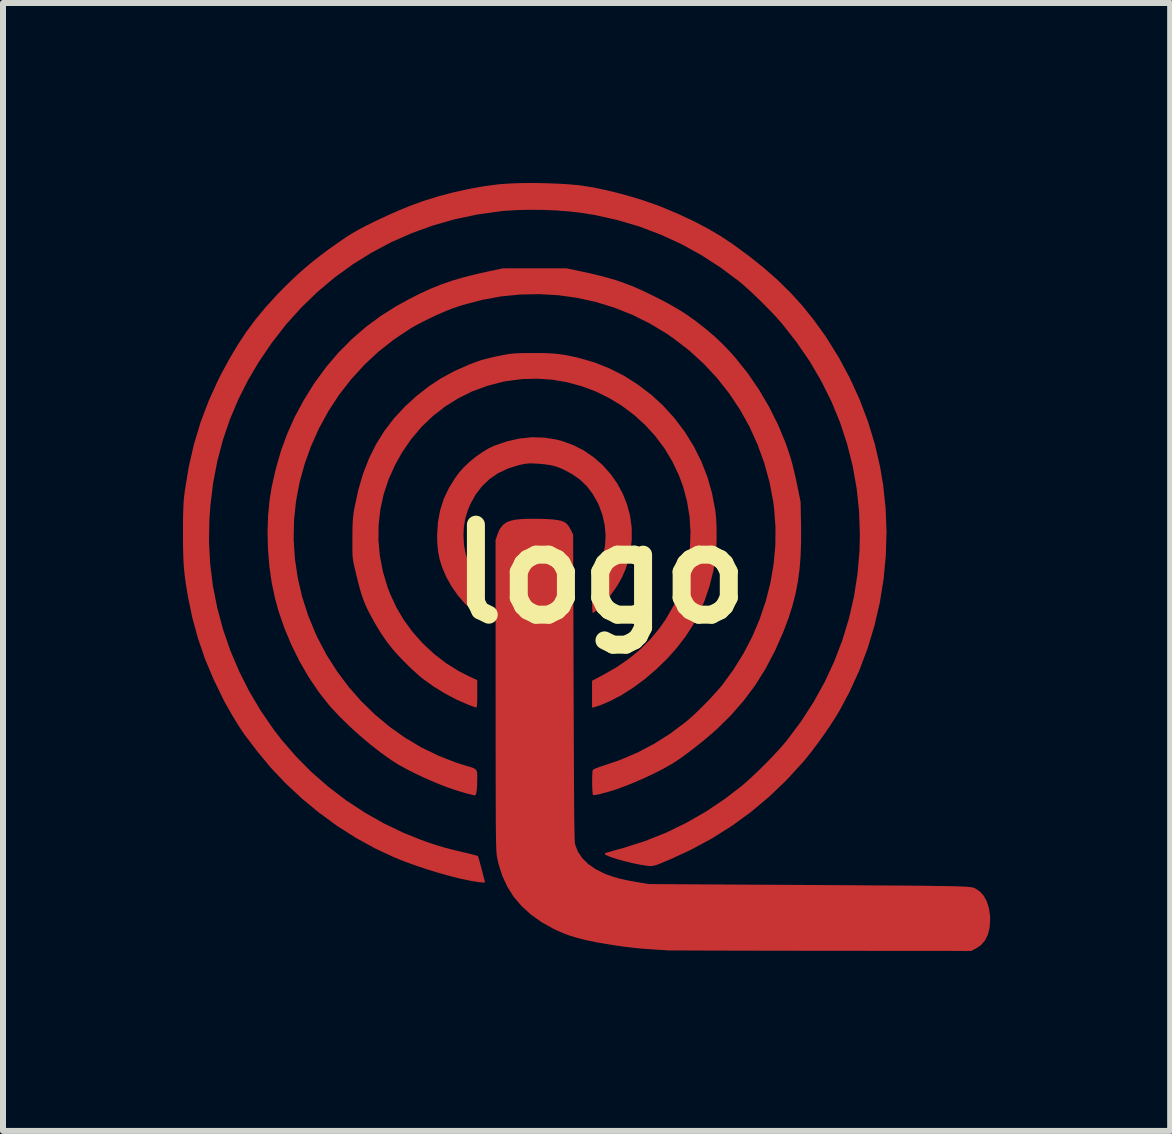
<source format=kicad_pcb>
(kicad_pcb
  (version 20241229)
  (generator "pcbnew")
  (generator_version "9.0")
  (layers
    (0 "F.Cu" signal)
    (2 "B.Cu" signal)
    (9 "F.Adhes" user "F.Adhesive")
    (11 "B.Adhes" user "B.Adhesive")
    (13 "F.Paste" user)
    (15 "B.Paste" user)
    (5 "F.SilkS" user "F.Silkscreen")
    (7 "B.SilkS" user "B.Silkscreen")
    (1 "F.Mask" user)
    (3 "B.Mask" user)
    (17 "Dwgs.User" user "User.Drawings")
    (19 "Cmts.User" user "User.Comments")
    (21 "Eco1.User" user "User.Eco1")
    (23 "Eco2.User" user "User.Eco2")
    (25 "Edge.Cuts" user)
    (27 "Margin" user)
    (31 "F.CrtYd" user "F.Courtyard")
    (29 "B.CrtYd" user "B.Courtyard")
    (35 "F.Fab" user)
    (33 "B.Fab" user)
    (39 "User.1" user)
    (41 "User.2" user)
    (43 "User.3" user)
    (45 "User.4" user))
  (footprint "logo"
    (layer "F.Cu")
    (at 6.953 6.516)
    (property "Reference" "logo" (at 0 0 0) (layer "F.SilkS") (effects (font (size 1.5 1.5) (thickness 0.3))))
    (attr board_only exclude_from_pos_files exclude_from_bom)
    (fp_poly (pts (xy -0.938 -2.273) (xy -0.737 -2.242) (xy -0.639 -2.217) (xy -0.449 -2.148) (xy -0.271 -2.057) (xy -0.108 -1.945) (xy 0.039 -1.816) (xy 0.17 -1.67) (xy 0.283 -1.511) (xy 0.376 -1.339) (xy 0.448 -1.158) (xy 0.498 -0.969) (xy 0.525 -0.773) (xy 0.526 -0.575) (xy 0.508 -0.406) (xy 0.473 -0.238) (xy 0.425 -0.085) (xy 0.362 0.061) (xy 0.279 0.204) (xy 0.175 0.352) (xy 0.168 0.362) (xy 0.132 0.406) (xy 0.088 0.456) (xy 0.039 0.508) (xy -0.009 0.557) (xy -0.054 0.599) (xy -0.091 0.631) (xy -0.116 0.649) (xy -0.122 0.651) (xy -0.127 0.638) (xy -0.131 0.599) (xy -0.134 0.536) (xy -0.135 0.45) (xy -0.136 0.354) (xy -0.136 0.057) (xy -0.075 -0.036) (xy -0.001 -0.173) (xy 0.052 -0.323) (xy 0.082 -0.482) (xy 0.09 -0.646) (xy 0.075 -0.814) (xy 0.038 -0.98) (xy -0.021 -1.143) (xy -0.041 -1.186) (xy -0.125 -1.334) (xy -0.221 -1.461) (xy -0.334 -1.57) (xy -0.467 -1.664) (xy -0.617 -1.744) (xy -0.689 -1.774) (xy -0.759 -1.798) (xy -0.833 -1.815) (xy -0.919 -1.827) (xy -1.023 -1.837) (xy -1.075 -1.84) (xy -1.143 -1.843) (xy -1.198 -1.842) (xy -1.251 -1.836) (xy -1.311 -1.824) (xy -1.364 -1.812) (xy -1.541 -1.756) (xy -1.701 -1.68) (xy -1.843 -1.583) (xy -1.967 -1.465) (xy -2.073 -1.328) (xy -2.161 -1.17) (xy -2.205 -1.067) (xy -2.248 -0.928) (xy -2.272 -0.787) (xy -2.279 -0.643) (xy -2.269 -0.474) (xy -2.239 -0.32) (xy -2.185 -0.173) (xy -2.107 -0.03) (xy -2.097 -0.013) (xy -2.035 0.082) (xy -2.035 0.374) (xy -2.036 0.459) (xy -2.037 0.535) (xy -2.039 0.597) (xy -2.041 0.641) (xy -2.044 0.663) (xy -2.045 0.665) (xy -2.06 0.657) (xy -2.09 0.636) (xy -2.128 0.607) (xy -2.13 0.606) (xy -2.254 0.494) (xy -2.37 0.361) (xy -2.475 0.211) (xy -2.565 0.051) (xy -2.636 -0.115) (xy -2.637 -0.118) (xy -2.677 -0.249) (xy -2.703 -0.383) (xy -2.716 -0.528) (xy -2.718 -0.644) (xy -2.705 -0.858) (xy -2.668 -1.061) (xy -2.606 -1.255) (xy -2.518 -1.44) (xy -2.404 -1.62) (xy -2.344 -1.699) (xy -2.269 -1.783) (xy -2.177 -1.869) (xy -2.075 -1.953) (xy -1.968 -2.028) (xy -1.865 -2.091) (xy -1.771 -2.136) (xy -1.556 -2.21) (xy -1.346 -2.257) (xy -1.14 -2.279)) (stroke (width 0) (type solid)) (fill yes) (layer "F.Cu"))
    (fp_poly (pts (xy -1.011 -0.919) (xy -0.888 -0.915) (xy -0.789 -0.909) (xy -0.711 -0.899) (xy -0.649 -0.886) (xy -0.601 -0.867) (xy -0.563 -0.841) (xy -0.532 -0.807) (xy -0.504 -0.763) (xy -0.485 -0.726) (xy -0.451 -0.658) (xy -0.443 1.893) (xy -0.442 2.209) (xy -0.441 2.498) (xy -0.44 2.763) (xy -0.439 3.004) (xy -0.438 3.222) (xy -0.437 3.419) (xy -0.436 3.595) (xy -0.435 3.752) (xy -0.434 3.89) (xy -0.433 4.011) (xy -0.432 4.116) (xy -0.43 4.206) (xy -0.429 4.282) (xy -0.427 4.345) (xy -0.426 4.397) (xy -0.424 4.438) (xy -0.422 4.469) (xy -0.42 4.492) (xy -0.417 4.508) (xy -0.416 4.514) (xy -0.37 4.63) (xy -0.299 4.736) (xy -0.203 4.831) (xy -0.084 4.915) (xy 0.059 4.988) (xy 0.121 5.013) (xy 0.22 5.047) (xy 0.325 5.077) (xy 0.444 5.104) (xy 0.582 5.13) (xy 0.611 5.135) (xy 0.807 5.168) (xy 3.263 5.182) (xy 3.594 5.184) (xy 3.898 5.186) (xy 4.177 5.187) (xy 4.433 5.189) (xy 4.666 5.191) (xy 4.877 5.192) (xy 5.068 5.193) (xy 5.239 5.195) (xy 5.392 5.196) (xy 5.528 5.198) (xy 5.648 5.2) (xy 5.752 5.201) (xy 5.843 5.203) (xy 5.921 5.205) (xy 5.988 5.207) (xy 6.043 5.209) (xy 6.09 5.212) (xy 6.128 5.214) (xy 6.158 5.217) (xy 6.183 5.22) (xy 6.202 5.224) (xy 6.218 5.227) (xy 6.23 5.231) (xy 6.241 5.236) (xy 6.249 5.239) (xy 6.328 5.291) (xy 6.393 5.364) (xy 6.443 5.457) (xy 6.478 5.568) (xy 6.497 5.693) (xy 6.499 5.764) (xy 6.49 5.896) (xy 6.461 6.01) (xy 6.414 6.106) (xy 6.349 6.183) (xy 6.27 6.238) (xy 6.185 6.282) (xy 3.686 6.28) (xy 3.427 6.28) (xy 3.174 6.279) (xy 2.93 6.279) (xy 2.695 6.279) (xy 2.471 6.278) (xy 2.26 6.278) (xy 2.062 6.277) (xy 1.879 6.277) (xy 1.713 6.276) (xy 1.564 6.276) (xy 1.435 6.275) (xy 1.326 6.275) (xy 1.24 6.274) (xy 1.176 6.274) (xy 1.138 6.274) (xy 1.126 6.273) (xy 1.092 6.271) (xy 1.036 6.267) (xy 0.966 6.263) (xy 0.888 6.257) (xy 0.841 6.254) (xy 0.693 6.244) (xy 0.553 6.23) (xy 0.411 6.213) (xy 0.26 6.192) (xy 0.095 6.165) (xy -0.084 6.134) (xy -0.24 6.101) (xy -0.378 6.067) (xy -0.503 6.029) (xy -0.619 5.986) (xy -0.731 5.937) (xy -0.778 5.914) (xy -0.978 5.802) (xy -1.155 5.676) (xy -1.308 5.537) (xy -1.439 5.384) (xy -1.546 5.216) (xy -1.631 5.033) (xy -1.694 4.836) (xy -1.719 4.72) (xy -1.722 4.704) (xy -1.724 4.685) (xy -1.727 4.662) (xy -1.729 4.635) (xy -1.731 4.602) (xy -1.733 4.562) (xy -1.734 4.514) (xy -1.736 4.457) (xy -1.737 4.388) (xy -1.738 4.309) (xy -1.739 4.216) (xy -1.74 4.109) (xy -1.74 3.987) (xy -1.741 3.849) (xy -1.741 3.692) (xy -1.742 3.517) (xy -1.742 3.322) (xy -1.742 3.106) (xy -1.743 2.867) (xy -1.743 2.604) (xy -1.743 2.317) (xy -1.743 2.015) (xy -1.744 -0.563) (xy -1.713 -0.658) (xy -1.674 -0.75) (xy -1.62 -0.819) (xy -1.562 -0.861) (xy -1.504 -0.884) (xy -1.431 -0.902) (xy -1.34 -0.913) (xy -1.229 -0.92) (xy -1.095 -0.92)) (stroke (width 0) (type solid)) (fill yes) (layer "F.Cu"))
    (fp_poly (pts (xy -0.991 -3.682) (xy -0.877 -3.679) (xy -0.777 -3.674) (xy -0.684 -3.665) (xy -0.592 -3.651) (xy -0.494 -3.632) (xy -0.384 -3.608) (xy -0.36 -3.602) (xy -0.099 -3.527) (xy 0.155 -3.426) (xy 0.401 -3.301) (xy 0.635 -3.152) (xy 0.857 -2.982) (xy 1.043 -2.811) (xy 1.236 -2.599) (xy 1.408 -2.372) (xy 1.558 -2.13) (xy 1.685 -1.877) (xy 1.788 -1.613) (xy 1.865 -1.341) (xy 1.918 -1.061) (xy 1.926 -0.997) (xy 1.933 -0.911) (xy 1.938 -0.807) (xy 1.94 -0.693) (xy 1.94 -0.576) (xy 1.937 -0.464) (xy 1.932 -0.366) (xy 1.927 -0.312) (xy 1.887 -0.056) (xy 1.823 0.199) (xy 1.739 0.447) (xy 1.637 0.683) (xy 1.542 0.859) (xy 1.418 1.049) (xy 1.273 1.236) (xy 1.111 1.417) (xy 0.934 1.589) (xy 0.748 1.748) (xy 0.554 1.892) (xy 0.358 2.017) (xy 0.161 2.12) (xy 0.06 2.164) (xy 0.004 2.186) (xy -0.048 2.204) (xy -0.086 2.216) (xy -0.093 2.218) (xy -0.136 2.227) (xy -0.136 2.004) (xy -0.136 1.78) (xy 0.036 1.689) (xy 0.27 1.556) (xy 0.479 1.412) (xy 0.667 1.257) (xy 0.836 1.088) (xy 0.988 0.904) (xy 1.09 0.758) (xy 1.219 0.535) (xy 1.325 0.3) (xy 1.406 0.057) (xy 1.464 -0.192) (xy 1.497 -0.446) (xy 1.505 -0.702) (xy 1.489 -0.957) (xy 1.447 -1.21) (xy 1.381 -1.458) (xy 1.313 -1.641) (xy 1.202 -1.876) (xy 1.069 -2.096) (xy 0.917 -2.299) (xy 0.747 -2.485) (xy 0.561 -2.654) (xy 0.361 -2.803) (xy 0.148 -2.933) (xy -0.077 -3.043) (xy -0.31 -3.13) (xy -0.552 -3.196) (xy -0.799 -3.238) (xy -1.05 -3.255) (xy -1.305 -3.248) (xy -1.56 -3.215) (xy -1.622 -3.203) (xy -1.883 -3.135) (xy -2.13 -3.044) (xy -2.364 -2.929) (xy -2.583 -2.792) (xy -2.786 -2.634) (xy -2.974 -2.455) (xy -3.144 -2.255) (xy -3.296 -2.036) (xy -3.418 -1.818) (xy -3.527 -1.576) (xy -3.609 -1.328) (xy -3.664 -1.075) (xy -3.693 -0.819) (xy -3.696 -0.561) (xy -3.672 -0.302) (xy -3.622 -0.042) (xy -3.545 0.217) (xy -3.501 0.332) (xy -3.398 0.555) (xy -3.271 0.769) (xy -3.122 0.972) (xy -2.954 1.16) (xy -2.768 1.333) (xy -2.568 1.487) (xy -2.355 1.62) (xy -2.188 1.705) (xy -2.049 1.769) (xy -2.049 1.997) (xy -2.049 2.086) (xy -2.051 2.15) (xy -2.054 2.192) (xy -2.058 2.216) (xy -2.065 2.225) (xy -2.066 2.225) (xy -2.085 2.22) (xy -2.123 2.207) (xy -2.174 2.189) (xy -2.205 2.176) (xy -2.398 2.092) (xy -2.594 1.988) (xy -2.783 1.871) (xy -2.955 1.747) (xy -2.965 1.74) (xy -3.039 1.677) (xy -3.124 1.6) (xy -3.214 1.514) (xy -3.303 1.424) (xy -3.385 1.337) (xy -3.455 1.258) (xy -3.457 1.255) (xy -3.558 1.127) (xy -3.654 0.987) (xy -3.75 0.829) (xy -3.834 0.677) (xy -3.874 0.599) (xy -3.909 0.523) (xy -3.941 0.445) (xy -3.971 0.361) (xy -4 0.266) (xy -4.03 0.156) (xy -4.062 0.026) (xy -4.087 -0.079) (xy -4.101 -0.138) (xy -4.112 -0.187) (xy -4.119 -0.231) (xy -4.125 -0.275) (xy -4.128 -0.324) (xy -4.13 -0.383) (xy -4.13 -0.458) (xy -4.13 -0.552) (xy -4.13 -0.59) (xy -4.129 -0.699) (xy -4.128 -0.787) (xy -4.125 -0.86) (xy -4.121 -0.922) (xy -4.115 -0.98) (xy -4.106 -1.04) (xy -4.095 -1.107) (xy -4.093 -1.113) (xy -4.031 -1.404) (xy -3.95 -1.677) (xy -3.851 -1.93) (xy -3.732 -2.168) (xy -3.593 -2.39) (xy -3.433 -2.598) (xy -3.25 -2.795) (xy -3.06 -2.968) (xy -2.856 -3.127) (xy -2.648 -3.264) (xy -2.427 -3.383) (xy -2.19 -3.488) (xy -2.111 -3.519) (xy -2.043 -3.544) (xy -1.979 -3.565) (xy -1.914 -3.583) (xy -1.841 -3.601) (xy -1.753 -3.621) (xy -1.662 -3.64) (xy -1.596 -3.653) (xy -1.541 -3.663) (xy -1.49 -3.67) (xy -1.438 -3.675) (xy -1.381 -3.679) (xy -1.312 -3.681) (xy -1.227 -3.682) (xy -1.126 -3.682)) (stroke (width 0) (type solid)) (fill yes) (layer "F.Cu"))
    (fp_poly (pts (xy -1.092 -5.094) (xy -0.563 -5.094) (xy -0.353 -5.05) (xy -0.167 -5.01) (xy -0.004 -4.971) (xy 0.142 -4.932) (xy 0.276 -4.892) (xy 0.403 -4.848) (xy 0.528 -4.8) (xy 0.655 -4.745) (xy 0.791 -4.682) (xy 0.862 -4.647) (xy 1.011 -4.572) (xy 1.139 -4.504) (xy 1.253 -4.44) (xy 1.356 -4.378) (xy 1.455 -4.313) (xy 1.553 -4.243) (xy 1.601 -4.208) (xy 1.765 -4.08) (xy 1.91 -3.956) (xy 2.044 -3.829) (xy 2.174 -3.693) (xy 2.254 -3.602) (xy 2.458 -3.347) (xy 2.646 -3.072) (xy 2.816 -2.783) (xy 2.965 -2.485) (xy 3.09 -2.183) (xy 3.104 -2.144) (xy 3.141 -2.035) (xy 3.174 -1.932) (xy 3.204 -1.826) (xy 3.232 -1.712) (xy 3.261 -1.584) (xy 3.286 -1.465) (xy 3.34 -1.201) (xy 3.348 -0.791) (xy 3.348 -0.534) (xy 3.34 -0.298) (xy 3.322 -0.078) (xy 3.294 0.13) (xy 3.255 0.331) (xy 3.204 0.529) (xy 3.14 0.731) (xy 3.062 0.939) (xy 3.05 0.97) (xy 2.911 1.285) (xy 2.756 1.579) (xy 2.583 1.855) (xy 2.39 2.113) (xy 2.177 2.357) (xy 1.943 2.587) (xy 1.841 2.677) (xy 1.735 2.766) (xy 1.625 2.855) (xy 1.516 2.94) (xy 1.412 3.018) (xy 1.317 3.086) (xy 1.236 3.14) (xy 1.199 3.163) (xy 1.05 3.247) (xy 0.883 3.332) (xy 0.705 3.415) (xy 0.525 3.492) (xy 0.351 3.56) (xy 0.278 3.586) (xy 0.203 3.61) (xy 0.127 3.633) (xy 0.053 3.653) (xy -0.013 3.67) (xy -0.067 3.681) (xy -0.104 3.686) (xy -0.119 3.685) (xy -0.125 3.666) (xy -0.129 3.626) (xy -0.132 3.572) (xy -0.134 3.508) (xy -0.134 3.441) (xy -0.133 3.377) (xy -0.131 3.322) (xy -0.128 3.283) (xy -0.123 3.264) (xy -0.103 3.252) (xy -0.064 3.235) (xy -0.012 3.216) (xy 0.032 3.202) (xy 0.338 3.097) (xy 0.625 2.974) (xy 0.897 2.831) (xy 1.157 2.667) (xy 1.407 2.48) (xy 1.486 2.415) (xy 1.555 2.353) (xy 1.635 2.277) (xy 1.723 2.19) (xy 1.811 2.1) (xy 1.894 2.01) (xy 1.968 1.928) (xy 2.027 1.859) (xy 2.217 1.6) (xy 2.387 1.327) (xy 2.534 1.044) (xy 2.658 0.751) (xy 2.76 0.45) (xy 2.837 0.145) (xy 2.89 -0.165) (xy 2.919 -0.476) (xy 2.921 -0.786) (xy 2.898 -1.094) (xy 2.884 -1.205) (xy 2.821 -1.534) (xy 2.733 -1.853) (xy 2.621 -2.161) (xy 2.486 -2.458) (xy 2.328 -2.742) (xy 2.148 -3.011) (xy 1.947 -3.266) (xy 1.725 -3.504) (xy 1.483 -3.725) (xy 1.221 -3.927) (xy 1.099 -4.011) (xy 0.821 -4.178) (xy 0.532 -4.321) (xy 0.234 -4.439) (xy -0.072 -4.533) (xy -0.384 -4.602) (xy -0.7 -4.646) (xy -1.019 -4.664) (xy -1.34 -4.657) (xy -1.66 -4.625) (xy -1.978 -4.566) (xy -2.293 -4.482) (xy -2.456 -4.428) (xy -2.57 -4.383) (xy -2.698 -4.328) (xy -2.831 -4.266) (xy -2.962 -4.201) (xy -3.082 -4.138) (xy -3.161 -4.092) (xy -3.436 -3.909) (xy -3.693 -3.707) (xy -3.931 -3.485) (xy -4.151 -3.244) (xy -4.351 -2.987) (xy -4.53 -2.713) (xy -4.688 -2.424) (xy -4.823 -2.121) (xy -4.924 -1.838) (xy -5.011 -1.525) (xy -5.07 -1.209) (xy -5.103 -0.891) (xy -5.109 -0.572) (xy -5.088 -0.254) (xy -5.041 0.063) (xy -4.968 0.378) (xy -4.868 0.689) (xy -4.742 0.996) (xy -4.708 1.069) (xy -4.556 1.356) (xy -4.382 1.628) (xy -4.189 1.885) (xy -3.978 2.125) (xy -3.749 2.347) (xy -3.505 2.55) (xy -3.247 2.732) (xy -2.976 2.893) (xy -2.693 3.03) (xy -2.401 3.144) (xy -2.239 3.195) (xy -2.165 3.216) (xy -2.113 3.234) (xy -2.08 3.253) (xy -2.061 3.275) (xy -2.052 3.307) (xy -2.049 3.351) (xy -2.049 3.397) (xy -2.051 3.509) (xy -2.056 3.594) (xy -2.065 3.652) (xy -2.077 3.684) (xy -2.088 3.69) (xy -2.11 3.686) (xy -2.151 3.676) (xy -2.206 3.663) (xy -2.254 3.65) (xy -2.403 3.605) (xy -2.565 3.549) (xy -2.734 3.483) (xy -2.904 3.409) (xy -3.07 3.332) (xy -3.227 3.252) (xy -3.368 3.174) (xy -3.48 3.103) (xy -3.653 2.98) (xy -3.831 2.841) (xy -4.008 2.692) (xy -4.179 2.537) (xy -4.338 2.382) (xy -4.479 2.231) (xy -4.52 2.185) (xy -4.694 1.963) (xy -4.857 1.721) (xy -5.008 1.461) (xy -5.143 1.189) (xy -5.261 0.909) (xy -5.359 0.625) (xy -5.42 0.404) (xy -5.475 0.143) (xy -5.514 -0.131) (xy -5.537 -0.413) (xy -5.544 -0.696) (xy -5.535 -0.974) (xy -5.509 -1.242) (xy -5.474 -1.453) (xy -5.403 -1.767) (xy -5.317 -2.063) (xy -5.213 -2.345) (xy -5.09 -2.619) (xy -4.945 -2.889) (xy -4.777 -3.16) (xy -4.75 -3.2) (xy -4.566 -3.451) (xy -4.362 -3.69) (xy -4.139 -3.914) (xy -3.902 -4.12) (xy -3.652 -4.304) (xy -3.4 -4.463) (xy -3.2 -4.573) (xy -3.012 -4.669) (xy -2.832 -4.752) (xy -2.653 -4.824) (xy -2.469 -4.888) (xy -2.274 -4.945) (xy -2.064 -4.998) (xy -1.862 -5.043) (xy -1.621 -5.094)) (stroke (width 0) (type solid)) (fill yes) (layer "F.Cu"))
    (fp_poly (pts (xy -1.005 -6.515) (xy -0.831 -6.51) (xy -0.663 -6.503) (xy -0.506 -6.493) (xy -0.367 -6.48) (xy -0.299 -6.471) (xy -0.111 -6.441) (xy 0.093 -6.398) (xy 0.305 -6.347) (xy 0.519 -6.288) (xy 0.727 -6.224) (xy 0.921 -6.156) (xy 1.017 -6.12) (xy 1.298 -6.002) (xy 1.555 -5.882) (xy 1.792 -5.758) (xy 2.011 -5.629) (xy 2.212 -5.496) (xy 2.485 -5.295) (xy 2.734 -5.096) (xy 2.963 -4.894) (xy 3.173 -4.687) (xy 3.369 -4.471) (xy 3.553 -4.243) (xy 3.728 -4.001) (xy 3.769 -3.942) (xy 3.978 -3.606) (xy 4.164 -3.258) (xy 4.327 -2.9) (xy 4.465 -2.534) (xy 4.578 -2.161) (xy 4.665 -1.783) (xy 4.715 -1.49) (xy 4.757 -1.096) (xy 4.772 -0.7) (xy 4.76 -0.305) (xy 4.723 0.087) (xy 4.66 0.477) (xy 4.571 0.861) (xy 4.457 1.238) (xy 4.318 1.608) (xy 4.154 1.968) (xy 3.991 2.273) (xy 3.916 2.398) (xy 3.826 2.537) (xy 3.727 2.681) (xy 3.623 2.826) (xy 3.52 2.963) (xy 3.42 3.087) (xy 3.381 3.134) (xy 3.105 3.435) (xy 2.816 3.712) (xy 2.512 3.967) (xy 2.192 4.2) (xy 1.856 4.411) (xy 1.503 4.601) (xy 1.174 4.753) (xy 1.081 4.792) (xy 1.01 4.822) (xy 0.954 4.844) (xy 0.911 4.858) (xy 0.875 4.865) (xy 0.842 4.868) (xy 0.808 4.866) (xy 0.769 4.861) (xy 0.747 4.858) (xy 0.66 4.844) (xy 0.566 4.825) (xy 0.469 4.802) (xy 0.374 4.778) (xy 0.285 4.753) (xy 0.207 4.728) (xy 0.144 4.705) (xy 0.099 4.685) (xy 0.083 4.674) (xy 0.076 4.663) (xy 0.085 4.653) (xy 0.115 4.642) (xy 0.137 4.636) (xy 0.179 4.624) (xy 0.238 4.607) (xy 0.309 4.588) (xy 0.382 4.567) (xy 0.387 4.566) (xy 0.745 4.452) (xy 1.095 4.313) (xy 1.434 4.148) (xy 1.764 3.959) (xy 2.082 3.745) (xy 2.361 3.53) (xy 2.449 3.454) (xy 2.549 3.362) (xy 2.657 3.259) (xy 2.767 3.15) (xy 2.874 3.039) (xy 2.974 2.932) (xy 3.061 2.833) (xy 3.115 2.768) (xy 3.347 2.458) (xy 3.555 2.136) (xy 3.74 1.803) (xy 3.9 1.459) (xy 4.035 1.105) (xy 4.145 0.744) (xy 4.23 0.375) (xy 4.288 0.000489) (xy 4.321 -0.379) (xy 4.328 -0.658) (xy 4.314 -1.045) (xy 4.274 -1.425) (xy 4.208 -1.798) (xy 4.116 -2.163) (xy 3.999 -2.521) (xy 3.856 -2.87) (xy 3.687 -3.21) (xy 3.494 -3.54) (xy 3.276 -3.859) (xy 3.033 -4.168) (xy 3.018 -4.186) (xy 2.944 -4.27) (xy 2.856 -4.364) (xy 2.757 -4.465) (xy 2.654 -4.568) (xy 2.551 -4.667) (xy 2.453 -4.757) (xy 2.365 -4.835) (xy 2.316 -4.876) (xy 2.006 -5.107) (xy 1.685 -5.315) (xy 1.352 -5.498) (xy 1.008 -5.656) (xy 0.655 -5.79) (xy 0.291 -5.898) (xy -0.081 -5.981) (xy -0.299 -6.017) (xy -0.505 -6.041) (xy -0.727 -6.059) (xy -0.956 -6.068) (xy -1.185 -6.07) (xy -1.406 -6.064) (xy -1.61 -6.051) (xy -1.655 -6.046) (xy -2.042 -5.992) (xy -2.419 -5.913) (xy -2.785 -5.809) (xy -3.139 -5.681) (xy -3.482 -5.53) (xy -3.811 -5.355) (xy -4.127 -5.158) (xy -4.428 -4.94) (xy -4.714 -4.699) (xy -4.984 -4.438) (xy -5.237 -4.156) (xy -5.473 -3.853) (xy -5.691 -3.532) (xy -5.862 -3.243) (xy -6.028 -2.916) (xy -6.169 -2.582) (xy -6.286 -2.24) (xy -6.38 -1.887) (xy -6.45 -1.522) (xy -6.496 -1.144) (xy -6.513 -0.909) (xy -6.52 -0.537) (xy -6.5 -0.167) (xy -6.454 0.201) (xy -6.382 0.566) (xy -6.285 0.926) (xy -6.163 1.279) (xy -6.016 1.625) (xy -5.846 1.961) (xy -5.653 2.286) (xy -5.437 2.599) (xy -5.308 2.766) (xy -5.069 3.042) (xy -4.81 3.303) (xy -4.531 3.546) (xy -4.236 3.771) (xy -3.926 3.975) (xy -3.605 4.157) (xy -3.273 4.316) (xy -3.012 4.421) (xy -2.895 4.464) (xy -2.792 4.499) (xy -2.696 4.53) (xy -2.599 4.559) (xy -2.494 4.586) (xy -2.375 4.616) (xy -2.275 4.639) (xy -2.2 4.657) (xy -2.134 4.673) (xy -2.083 4.687) (xy -2.049 4.696) (xy -2.039 4.7) (xy -2.033 4.716) (xy -2.021 4.753) (xy -2.006 4.807) (xy -1.988 4.874) (xy -1.974 4.925) (xy -1.918 5.142) (xy -1.966 5.141) (xy -2.001 5.138) (xy -2.053 5.131) (xy -2.115 5.121) (xy -2.151 5.115) (xy -2.314 5.082) (xy -2.494 5.037) (xy -2.686 4.984) (xy -2.882 4.924) (xy -3.076 4.859) (xy -3.263 4.791) (xy -3.432 4.723) (xy -3.755 4.572) (xy -4.073 4.397) (xy -4.384 4.199) (xy -4.684 3.98) (xy -4.971 3.743) (xy -5.241 3.491) (xy -5.493 3.225) (xy -5.723 2.947) (xy -5.771 2.883) (xy -5.813 2.828) (xy -5.853 2.775) (xy -5.886 2.732) (xy -5.903 2.711) (xy -5.937 2.664) (xy -5.981 2.599) (xy -6.033 2.519) (xy -6.088 2.429) (xy -6.145 2.334) (xy -6.2 2.238) (xy -6.251 2.147) (xy -6.281 2.089) (xy -6.446 1.751) (xy -6.587 1.414) (xy -6.703 1.076) (xy -6.797 0.732) (xy -6.871 0.379) (xy -6.884 0.299) (xy -6.903 0.181) (xy -6.918 0.076) (xy -6.93 -0.022) (xy -6.939 -0.118) (xy -6.945 -0.217) (xy -6.949 -0.324) (xy -6.952 -0.445) (xy -6.953 -0.583) (xy -6.953 -0.699) (xy -6.953 -0.832) (xy -6.952 -0.943) (xy -6.95 -1.035) (xy -6.947 -1.114) (xy -6.944 -1.183) (xy -6.939 -1.247) (xy -6.932 -1.311) (xy -6.924 -1.379) (xy -6.922 -1.391) (xy -6.858 -1.782) (xy -6.771 -2.161) (xy -6.66 -2.529) (xy -6.524 -2.888) (xy -6.364 -3.24) (xy -6.315 -3.336) (xy -6.177 -3.59) (xy -6.039 -3.822) (xy -5.896 -4.038) (xy -5.744 -4.243) (xy -5.579 -4.442) (xy -5.398 -4.641) (xy -5.266 -4.777) (xy -5.144 -4.896) (xy -5.028 -5.005) (xy -4.912 -5.107) (xy -4.792 -5.207) (xy -4.664 -5.307) (xy -4.525 -5.411) (xy -4.369 -5.521) (xy -4.221 -5.623) (xy -4.141 -5.673) (xy -4.04 -5.731) (xy -3.922 -5.794) (xy -3.789 -5.86) (xy -3.647 -5.928) (xy -3.499 -5.996) (xy -3.348 -6.062) (xy -3.2 -6.123) (xy -3.175 -6.133) (xy -2.951 -6.215) (xy -2.708 -6.291) (xy -2.454 -6.358) (xy -2.198 -6.415) (xy -1.945 -6.461) (xy -1.705 -6.493) (xy -1.635 -6.499) (xy -1.499 -6.508) (xy -1.345 -6.514) (xy -1.178 -6.516)) (stroke (width 0) (type solid)) (fill yes) (layer "F.Cu"))
    (fp_poly (pts (xy -0.938 -2.273) (xy -0.737 -2.242) (xy -0.639 -2.217) (xy -0.449 -2.148) (xy -0.271 -2.057) (xy -0.108 -1.945) (xy 0.039 -1.816) (xy 0.17 -1.67) (xy 0.283 -1.511) (xy 0.376 -1.339) (xy 0.448 -1.158) (xy 0.498 -0.969) (xy 0.525 -0.773) (xy 0.526 -0.575) (xy 0.508 -0.406) (xy 0.473 -0.238) (xy 0.425 -0.085) (xy 0.362 0.061) (xy 0.279 0.204) (xy 0.175 0.352) (xy 0.168 0.362) (xy 0.132 0.406) (xy 0.088 0.456) (xy 0.039 0.508) (xy -0.009 0.557) (xy -0.054 0.599) (xy -0.091 0.631) (xy -0.116 0.649) (xy -0.122 0.651) (xy -0.127 0.638) (xy -0.131 0.599) (xy -0.134 0.536) (xy -0.135 0.45) (xy -0.136 0.354) (xy -0.136 0.057) (xy -0.075 -0.036) (xy -0.001 -0.173) (xy 0.052 -0.323) (xy 0.082 -0.482) (xy 0.09 -0.646) (xy 0.075 -0.814) (xy 0.038 -0.98) (xy -0.021 -1.143) (xy -0.041 -1.186) (xy -0.125 -1.334) (xy -0.221 -1.461) (xy -0.334 -1.57) (xy -0.467 -1.664) (xy -0.617 -1.744) (xy -0.689 -1.774) (xy -0.759 -1.798) (xy -0.833 -1.815) (xy -0.919 -1.827) (xy -1.023 -1.837) (xy -1.075 -1.84) (xy -1.143 -1.843) (xy -1.198 -1.842) (xy -1.251 -1.836) (xy -1.311 -1.824) (xy -1.364 -1.812) (xy -1.541 -1.756) (xy -1.701 -1.68) (xy -1.843 -1.583) (xy -1.967 -1.465) (xy -2.073 -1.328) (xy -2.161 -1.17) (xy -2.205 -1.067) (xy -2.248 -0.928) (xy -2.272 -0.787) (xy -2.279 -0.643) (xy -2.269 -0.474) (xy -2.239 -0.32) (xy -2.185 -0.173) (xy -2.107 -0.03) (xy -2.097 -0.013) (xy -2.035 0.082) (xy -2.035 0.374) (xy -2.036 0.459) (xy -2.037 0.535) (xy -2.039 0.597) (xy -2.041 0.641) (xy -2.044 0.663) (xy -2.045 0.665) (xy -2.06 0.657) (xy -2.09 0.636) (xy -2.128 0.607) (xy -2.13 0.606) (xy -2.254 0.494) (xy -2.37 0.361) (xy -2.475 0.211) (xy -2.565 0.051) (xy -2.636 -0.115) (xy -2.637 -0.118) (xy -2.677 -0.249) (xy -2.703 -0.383) (xy -2.716 -0.528) (xy -2.718 -0.644) (xy -2.705 -0.858) (xy -2.668 -1.061) (xy -2.606 -1.255) (xy -2.518 -1.44) (xy -2.404 -1.62) (xy -2.344 -1.699) (xy -2.269 -1.783) (xy -2.177 -1.869) (xy -2.075 -1.953) (xy -1.968 -2.028) (xy -1.865 -2.091) (xy -1.771 -2.136) (xy -1.556 -2.21) (xy -1.346 -2.257) (xy -1.14 -2.279)) (stroke (width 0) (type solid)) (fill yes) (layer "F.Mask"))
    (fp_poly (pts (xy -1.011 -0.919) (xy -0.888 -0.915) (xy -0.789 -0.909) (xy -0.711 -0.899) (xy -0.649 -0.886) (xy -0.601 -0.867) (xy -0.563 -0.841) (xy -0.532 -0.807) (xy -0.504 -0.763) (xy -0.485 -0.726) (xy -0.451 -0.658) (xy -0.443 1.893) (xy -0.442 2.209) (xy -0.441 2.498) (xy -0.44 2.763) (xy -0.439 3.004) (xy -0.438 3.222) (xy -0.437 3.419) (xy -0.436 3.595) (xy -0.435 3.752) (xy -0.434 3.89) (xy -0.433 4.011) (xy -0.432 4.116) (xy -0.43 4.206) (xy -0.429 4.282) (xy -0.427 4.345) (xy -0.426 4.397) (xy -0.424 4.438) (xy -0.422 4.469) (xy -0.42 4.492) (xy -0.417 4.508) (xy -0.416 4.514) (xy -0.37 4.63) (xy -0.299 4.736) (xy -0.203 4.831) (xy -0.084 4.915) (xy 0.059 4.988) (xy 0.121 5.013) (xy 0.22 5.047) (xy 0.325 5.077) (xy 0.444 5.104) (xy 0.582 5.13) (xy 0.611 5.135) (xy 0.807 5.168) (xy 3.263 5.182) (xy 3.594 5.184) (xy 3.898 5.186) (xy 4.177 5.187) (xy 4.433 5.189) (xy 4.666 5.191) (xy 4.877 5.192) (xy 5.068 5.193) (xy 5.239 5.195) (xy 5.392 5.196) (xy 5.528 5.198) (xy 5.648 5.2) (xy 5.752 5.201) (xy 5.843 5.203) (xy 5.921 5.205) (xy 5.988 5.207) (xy 6.043 5.209) (xy 6.09 5.212) (xy 6.128 5.214) (xy 6.158 5.217) (xy 6.183 5.22) (xy 6.202 5.224) (xy 6.218 5.227) (xy 6.23 5.231) (xy 6.241 5.236) (xy 6.249 5.239) (xy 6.328 5.291) (xy 6.393 5.364) (xy 6.443 5.457) (xy 6.478 5.568) (xy 6.497 5.693) (xy 6.499 5.764) (xy 6.49 5.896) (xy 6.461 6.01) (xy 6.414 6.106) (xy 6.349 6.183) (xy 6.27 6.238) (xy 6.185 6.282) (xy 3.686 6.28) (xy 3.427 6.28) (xy 3.174 6.279) (xy 2.93 6.279) (xy 2.695 6.279) (xy 2.471 6.278) (xy 2.26 6.278) (xy 2.062 6.277) (xy 1.879 6.277) (xy 1.713 6.276) (xy 1.564 6.276) (xy 1.435 6.275) (xy 1.326 6.275) (xy 1.24 6.274) (xy 1.176 6.274) (xy 1.138 6.274) (xy 1.126 6.273) (xy 1.092 6.271) (xy 1.036 6.267) (xy 0.966 6.263) (xy 0.888 6.257) (xy 0.841 6.254) (xy 0.693 6.244) (xy 0.553 6.23) (xy 0.411 6.213) (xy 0.26 6.192) (xy 0.095 6.165) (xy -0.084 6.134) (xy -0.24 6.101) (xy -0.378 6.067) (xy -0.503 6.029) (xy -0.619 5.986) (xy -0.731 5.937) (xy -0.778 5.914) (xy -0.978 5.802) (xy -1.155 5.676) (xy -1.308 5.537) (xy -1.439 5.384) (xy -1.546 5.216) (xy -1.631 5.033) (xy -1.694 4.836) (xy -1.719 4.72) (xy -1.722 4.704) (xy -1.724 4.685) (xy -1.727 4.662) (xy -1.729 4.635) (xy -1.731 4.602) (xy -1.733 4.562) (xy -1.734 4.514) (xy -1.736 4.457) (xy -1.737 4.388) (xy -1.738 4.309) (xy -1.739 4.216) (xy -1.74 4.109) (xy -1.74 3.987) (xy -1.741 3.849) (xy -1.741 3.692) (xy -1.742 3.517) (xy -1.742 3.322) (xy -1.742 3.106) (xy -1.743 2.867) (xy -1.743 2.604) (xy -1.743 2.317) (xy -1.743 2.015) (xy -1.744 -0.563) (xy -1.713 -0.658) (xy -1.674 -0.75) (xy -1.62 -0.819) (xy -1.562 -0.861) (xy -1.504 -0.884) (xy -1.431 -0.902) (xy -1.34 -0.913) (xy -1.229 -0.92) (xy -1.095 -0.92)) (stroke (width 0) (type solid)) (fill yes) (layer "F.Mask"))
    (fp_poly (pts (xy -0.991 -3.682) (xy -0.877 -3.679) (xy -0.777 -3.674) (xy -0.684 -3.665) (xy -0.592 -3.651) (xy -0.494 -3.632) (xy -0.384 -3.608) (xy -0.36 -3.602) (xy -0.099 -3.527) (xy 0.155 -3.426) (xy 0.401 -3.301) (xy 0.635 -3.152) (xy 0.857 -2.982) (xy 1.043 -2.811) (xy 1.236 -2.599) (xy 1.408 -2.372) (xy 1.558 -2.13) (xy 1.685 -1.877) (xy 1.788 -1.613) (xy 1.865 -1.341) (xy 1.918 -1.061) (xy 1.926 -0.997) (xy 1.933 -0.911) (xy 1.938 -0.807) (xy 1.94 -0.693) (xy 1.94 -0.576) (xy 1.937 -0.464) (xy 1.932 -0.366) (xy 1.927 -0.312) (xy 1.887 -0.056) (xy 1.823 0.199) (xy 1.739 0.447) (xy 1.637 0.683) (xy 1.542 0.859) (xy 1.418 1.049) (xy 1.273 1.236) (xy 1.111 1.417) (xy 0.934 1.589) (xy 0.748 1.748) (xy 0.554 1.892) (xy 0.358 2.017) (xy 0.161 2.12) (xy 0.06 2.164) (xy 0.004 2.186) (xy -0.048 2.204) (xy -0.086 2.216) (xy -0.093 2.218) (xy -0.136 2.227) (xy -0.136 2.004) (xy -0.136 1.78) (xy 0.036 1.689) (xy 0.27 1.556) (xy 0.479 1.412) (xy 0.667 1.257) (xy 0.836 1.088) (xy 0.988 0.904) (xy 1.09 0.758) (xy 1.219 0.535) (xy 1.325 0.3) (xy 1.406 0.057) (xy 1.464 -0.192) (xy 1.497 -0.446) (xy 1.505 -0.702) (xy 1.489 -0.957) (xy 1.447 -1.21) (xy 1.381 -1.458) (xy 1.313 -1.641) (xy 1.202 -1.876) (xy 1.069 -2.096) (xy 0.917 -2.299) (xy 0.747 -2.485) (xy 0.561 -2.654) (xy 0.361 -2.803) (xy 0.148 -2.933) (xy -0.077 -3.043) (xy -0.31 -3.13) (xy -0.552 -3.196) (xy -0.799 -3.238) (xy -1.05 -3.255) (xy -1.305 -3.248) (xy -1.56 -3.215) (xy -1.622 -3.203) (xy -1.883 -3.135) (xy -2.13 -3.044) (xy -2.364 -2.929) (xy -2.583 -2.792) (xy -2.786 -2.634) (xy -2.974 -2.455) (xy -3.144 -2.255) (xy -3.296 -2.036) (xy -3.418 -1.818) (xy -3.527 -1.576) (xy -3.609 -1.328) (xy -3.664 -1.075) (xy -3.693 -0.819) (xy -3.696 -0.561) (xy -3.672 -0.302) (xy -3.622 -0.042) (xy -3.545 0.217) (xy -3.501 0.332) (xy -3.398 0.555) (xy -3.271 0.769) (xy -3.122 0.972) (xy -2.954 1.16) (xy -2.768 1.333) (xy -2.568 1.487) (xy -2.355 1.62) (xy -2.188 1.705) (xy -2.049 1.769) (xy -2.049 1.997) (xy -2.049 2.086) (xy -2.051 2.15) (xy -2.054 2.192) (xy -2.058 2.216) (xy -2.065 2.225) (xy -2.066 2.225) (xy -2.085 2.22) (xy -2.123 2.207) (xy -2.174 2.189) (xy -2.205 2.176) (xy -2.398 2.092) (xy -2.594 1.988) (xy -2.783 1.871) (xy -2.955 1.747) (xy -2.965 1.74) (xy -3.039 1.677) (xy -3.124 1.6) (xy -3.214 1.514) (xy -3.303 1.424) (xy -3.385 1.337) (xy -3.455 1.258) (xy -3.457 1.255) (xy -3.558 1.127) (xy -3.654 0.987) (xy -3.75 0.829) (xy -3.834 0.677) (xy -3.874 0.599) (xy -3.909 0.523) (xy -3.941 0.445) (xy -3.971 0.361) (xy -4 0.266) (xy -4.03 0.156) (xy -4.062 0.026) (xy -4.087 -0.079) (xy -4.101 -0.138) (xy -4.112 -0.187) (xy -4.119 -0.231) (xy -4.125 -0.275) (xy -4.128 -0.324) (xy -4.13 -0.383) (xy -4.13 -0.458) (xy -4.13 -0.552) (xy -4.13 -0.59) (xy -4.129 -0.699) (xy -4.128 -0.787) (xy -4.125 -0.86) (xy -4.121 -0.922) (xy -4.115 -0.98) (xy -4.106 -1.04) (xy -4.095 -1.107) (xy -4.093 -1.113) (xy -4.031 -1.404) (xy -3.95 -1.677) (xy -3.851 -1.93) (xy -3.732 -2.168) (xy -3.593 -2.39) (xy -3.433 -2.598) (xy -3.25 -2.795) (xy -3.06 -2.968) (xy -2.856 -3.127) (xy -2.648 -3.264) (xy -2.427 -3.383) (xy -2.19 -3.488) (xy -2.111 -3.519) (xy -2.043 -3.544) (xy -1.979 -3.565) (xy -1.914 -3.583) (xy -1.841 -3.601) (xy -1.753 -3.621) (xy -1.662 -3.64) (xy -1.596 -3.653) (xy -1.541 -3.663) (xy -1.49 -3.67) (xy -1.438 -3.675) (xy -1.381 -3.679) (xy -1.312 -3.681) (xy -1.227 -3.682) (xy -1.126 -3.682)) (stroke (width 0) (type solid)) (fill yes) (layer "F.Mask"))
    (fp_poly (pts (xy -1.092 -5.094) (xy -0.563 -5.094) (xy -0.353 -5.05) (xy -0.167 -5.01) (xy -0.004 -4.971) (xy 0.142 -4.932) (xy 0.276 -4.892) (xy 0.403 -4.848) (xy 0.528 -4.8) (xy 0.655 -4.745) (xy 0.791 -4.682) (xy 0.862 -4.647) (xy 1.011 -4.572) (xy 1.139 -4.504) (xy 1.253 -4.44) (xy 1.356 -4.378) (xy 1.455 -4.313) (xy 1.553 -4.243) (xy 1.601 -4.208) (xy 1.765 -4.08) (xy 1.91 -3.956) (xy 2.044 -3.829) (xy 2.174 -3.693) (xy 2.254 -3.602) (xy 2.458 -3.347) (xy 2.646 -3.072) (xy 2.816 -2.783) (xy 2.965 -2.485) (xy 3.09 -2.183) (xy 3.104 -2.144) (xy 3.141 -2.035) (xy 3.174 -1.932) (xy 3.204 -1.826) (xy 3.232 -1.712) (xy 3.261 -1.584) (xy 3.286 -1.465) (xy 3.34 -1.201) (xy 3.348 -0.791) (xy 3.348 -0.534) (xy 3.34 -0.298) (xy 3.322 -0.078) (xy 3.294 0.13) (xy 3.255 0.331) (xy 3.204 0.529) (xy 3.14 0.731) (xy 3.062 0.939) (xy 3.05 0.97) (xy 2.911 1.285) (xy 2.756 1.579) (xy 2.583 1.855) (xy 2.39 2.113) (xy 2.177 2.357) (xy 1.943 2.587) (xy 1.841 2.677) (xy 1.735 2.766) (xy 1.625 2.855) (xy 1.516 2.94) (xy 1.412 3.018) (xy 1.317 3.086) (xy 1.236 3.14) (xy 1.199 3.163) (xy 1.05 3.247) (xy 0.883 3.332) (xy 0.705 3.415) (xy 0.525 3.492) (xy 0.351 3.56) (xy 0.278 3.586) (xy 0.203 3.61) (xy 0.127 3.633) (xy 0.053 3.653) (xy -0.013 3.67) (xy -0.067 3.681) (xy -0.104 3.686) (xy -0.119 3.685) (xy -0.125 3.666) (xy -0.129 3.626) (xy -0.132 3.572) (xy -0.134 3.508) (xy -0.134 3.441) (xy -0.133 3.377) (xy -0.131 3.322) (xy -0.128 3.283) (xy -0.123 3.264) (xy -0.103 3.252) (xy -0.064 3.235) (xy -0.012 3.216) (xy 0.032 3.202) (xy 0.338 3.097) (xy 0.625 2.974) (xy 0.897 2.831) (xy 1.157 2.667) (xy 1.407 2.48) (xy 1.486 2.415) (xy 1.555 2.353) (xy 1.635 2.277) (xy 1.723 2.19) (xy 1.811 2.1) (xy 1.894 2.01) (xy 1.968 1.928) (xy 2.027 1.859) (xy 2.217 1.6) (xy 2.387 1.327) (xy 2.534 1.044) (xy 2.658 0.751) (xy 2.76 0.45) (xy 2.837 0.145) (xy 2.89 -0.165) (xy 2.919 -0.476) (xy 2.921 -0.786) (xy 2.898 -1.094) (xy 2.884 -1.205) (xy 2.821 -1.534) (xy 2.733 -1.853) (xy 2.621 -2.161) (xy 2.486 -2.458) (xy 2.328 -2.742) (xy 2.148 -3.011) (xy 1.947 -3.266) (xy 1.725 -3.504) (xy 1.483 -3.725) (xy 1.221 -3.927) (xy 1.099 -4.011) (xy 0.821 -4.178) (xy 0.532 -4.321) (xy 0.234 -4.439) (xy -0.072 -4.533) (xy -0.384 -4.602) (xy -0.7 -4.646) (xy -1.019 -4.664) (xy -1.34 -4.657) (xy -1.66 -4.625) (xy -1.978 -4.566) (xy -2.293 -4.482) (xy -2.456 -4.428) (xy -2.57 -4.383) (xy -2.698 -4.328) (xy -2.831 -4.266) (xy -2.962 -4.201) (xy -3.082 -4.138) (xy -3.161 -4.092) (xy -3.436 -3.909) (xy -3.693 -3.707) (xy -3.931 -3.485) (xy -4.151 -3.244) (xy -4.351 -2.987) (xy -4.53 -2.713) (xy -4.688 -2.424) (xy -4.823 -2.121) (xy -4.924 -1.838) (xy -5.011 -1.525) (xy -5.07 -1.209) (xy -5.103 -0.891) (xy -5.109 -0.572) (xy -5.088 -0.254) (xy -5.041 0.063) (xy -4.968 0.378) (xy -4.868 0.689) (xy -4.742 0.996) (xy -4.708 1.069) (xy -4.556 1.356) (xy -4.382 1.628) (xy -4.189 1.885) (xy -3.978 2.125) (xy -3.749 2.347) (xy -3.505 2.55) (xy -3.247 2.732) (xy -2.976 2.893) (xy -2.693 3.03) (xy -2.401 3.144) (xy -2.239 3.195) (xy -2.165 3.216) (xy -2.113 3.234) (xy -2.08 3.253) (xy -2.061 3.275) (xy -2.052 3.307) (xy -2.049 3.351) (xy -2.049 3.397) (xy -2.051 3.509) (xy -2.056 3.594) (xy -2.065 3.652) (xy -2.077 3.684) (xy -2.088 3.69) (xy -2.11 3.686) (xy -2.151 3.676) (xy -2.206 3.663) (xy -2.254 3.65) (xy -2.403 3.605) (xy -2.565 3.549) (xy -2.734 3.483) (xy -2.904 3.409) (xy -3.07 3.332) (xy -3.227 3.252) (xy -3.368 3.174) (xy -3.48 3.103) (xy -3.653 2.98) (xy -3.831 2.841) (xy -4.008 2.692) (xy -4.179 2.537) (xy -4.338 2.382) (xy -4.479 2.231) (xy -4.52 2.185) (xy -4.694 1.963) (xy -4.857 1.721) (xy -5.008 1.461) (xy -5.143 1.189) (xy -5.261 0.909) (xy -5.359 0.625) (xy -5.42 0.404) (xy -5.475 0.143) (xy -5.514 -0.131) (xy -5.537 -0.413) (xy -5.544 -0.696) (xy -5.535 -0.974) (xy -5.509 -1.242) (xy -5.474 -1.453) (xy -5.403 -1.767) (xy -5.317 -2.063) (xy -5.213 -2.345) (xy -5.09 -2.619) (xy -4.945 -2.889) (xy -4.777 -3.16) (xy -4.75 -3.2) (xy -4.566 -3.451) (xy -4.362 -3.69) (xy -4.139 -3.914) (xy -3.902 -4.12) (xy -3.652 -4.304) (xy -3.4 -4.463) (xy -3.2 -4.573) (xy -3.012 -4.669) (xy -2.832 -4.752) (xy -2.653 -4.824) (xy -2.469 -4.888) (xy -2.274 -4.945) (xy -2.064 -4.998) (xy -1.862 -5.043) (xy -1.621 -5.094)) (stroke (width 0) (type solid)) (fill yes) (layer "F.Mask"))
    (fp_poly (pts (xy -1.005 -6.515) (xy -0.831 -6.51) (xy -0.663 -6.503) (xy -0.506 -6.493) (xy -0.367 -6.48) (xy -0.299 -6.471) (xy -0.111 -6.441) (xy 0.093 -6.398) (xy 0.305 -6.347) (xy 0.519 -6.288) (xy 0.727 -6.224) (xy 0.921 -6.156) (xy 1.017 -6.12) (xy 1.298 -6.002) (xy 1.555 -5.882) (xy 1.792 -5.758) (xy 2.011 -5.629) (xy 2.212 -5.496) (xy 2.485 -5.295) (xy 2.734 -5.096) (xy 2.963 -4.894) (xy 3.173 -4.687) (xy 3.369 -4.471) (xy 3.553 -4.243) (xy 3.728 -4.001) (xy 3.769 -3.942) (xy 3.978 -3.606) (xy 4.164 -3.258) (xy 4.327 -2.9) (xy 4.465 -2.534) (xy 4.578 -2.161) (xy 4.665 -1.783) (xy 4.715 -1.49) (xy 4.757 -1.096) (xy 4.772 -0.7) (xy 4.76 -0.305) (xy 4.723 0.087) (xy 4.66 0.477) (xy 4.571 0.861) (xy 4.457 1.238) (xy 4.318 1.608) (xy 4.154 1.968) (xy 3.991 2.273) (xy 3.916 2.398) (xy 3.826 2.537) (xy 3.727 2.681) (xy 3.623 2.826) (xy 3.52 2.963) (xy 3.42 3.087) (xy 3.381 3.134) (xy 3.105 3.435) (xy 2.816 3.712) (xy 2.512 3.967) (xy 2.192 4.2) (xy 1.856 4.411) (xy 1.503 4.601) (xy 1.174 4.753) (xy 1.081 4.792) (xy 1.01 4.822) (xy 0.954 4.844) (xy 0.911 4.858) (xy 0.875 4.865) (xy 0.842 4.868) (xy 0.808 4.866) (xy 0.769 4.861) (xy 0.747 4.858) (xy 0.66 4.844) (xy 0.566 4.825) (xy 0.469 4.802) (xy 0.374 4.778) (xy 0.285 4.753) (xy 0.207 4.728) (xy 0.144 4.705) (xy 0.099 4.685) (xy 0.083 4.674) (xy 0.076 4.663) (xy 0.085 4.653) (xy 0.115 4.642) (xy 0.137 4.636) (xy 0.179 4.624) (xy 0.238 4.607) (xy 0.309 4.588) (xy 0.382 4.567) (xy 0.387 4.566) (xy 0.745 4.452) (xy 1.095 4.313) (xy 1.434 4.148) (xy 1.764 3.959) (xy 2.082 3.745) (xy 2.361 3.53) (xy 2.449 3.454) (xy 2.549 3.362) (xy 2.657 3.259) (xy 2.767 3.15) (xy 2.874 3.039) (xy 2.974 2.932) (xy 3.061 2.833) (xy 3.115 2.768) (xy 3.347 2.458) (xy 3.555 2.136) (xy 3.74 1.803) (xy 3.9 1.459) (xy 4.035 1.105) (xy 4.145 0.744) (xy 4.23 0.375) (xy 4.288 0.000489) (xy 4.321 -0.379) (xy 4.328 -0.658) (xy 4.314 -1.045) (xy 4.274 -1.425) (xy 4.208 -1.798) (xy 4.116 -2.163) (xy 3.999 -2.521) (xy 3.856 -2.87) (xy 3.687 -3.21) (xy 3.494 -3.54) (xy 3.276 -3.859) (xy 3.033 -4.168) (xy 3.018 -4.186) (xy 2.944 -4.27) (xy 2.856 -4.364) (xy 2.757 -4.465) (xy 2.654 -4.568) (xy 2.551 -4.667) (xy 2.453 -4.757) (xy 2.365 -4.835) (xy 2.316 -4.876) (xy 2.006 -5.107) (xy 1.685 -5.315) (xy 1.352 -5.498) (xy 1.008 -5.656) (xy 0.655 -5.79) (xy 0.291 -5.898) (xy -0.081 -5.981) (xy -0.299 -6.017) (xy -0.505 -6.041) (xy -0.727 -6.059) (xy -0.956 -6.068) (xy -1.185 -6.07) (xy -1.406 -6.064) (xy -1.61 -6.051) (xy -1.655 -6.046) (xy -2.042 -5.992) (xy -2.419 -5.913) (xy -2.785 -5.809) (xy -3.139 -5.681) (xy -3.482 -5.53) (xy -3.811 -5.355) (xy -4.127 -5.158) (xy -4.428 -4.94) (xy -4.714 -4.699) (xy -4.984 -4.438) (xy -5.237 -4.156) (xy -5.473 -3.853) (xy -5.691 -3.532) (xy -5.862 -3.243) (xy -6.028 -2.916) (xy -6.169 -2.582) (xy -6.286 -2.24) (xy -6.38 -1.887) (xy -6.45 -1.522) (xy -6.496 -1.144) (xy -6.513 -0.909) (xy -6.52 -0.537) (xy -6.5 -0.167) (xy -6.454 0.201) (xy -6.382 0.566) (xy -6.285 0.926) (xy -6.163 1.279) (xy -6.016 1.625) (xy -5.846 1.961) (xy -5.653 2.286) (xy -5.437 2.599) (xy -5.308 2.766) (xy -5.069 3.042) (xy -4.81 3.303) (xy -4.531 3.546) (xy -4.236 3.771) (xy -3.926 3.975) (xy -3.605 4.157) (xy -3.273 4.316) (xy -3.012 4.421) (xy -2.895 4.464) (xy -2.792 4.499) (xy -2.696 4.53) (xy -2.599 4.559) (xy -2.494 4.586) (xy -2.375 4.616) (xy -2.275 4.639) (xy -2.2 4.657) (xy -2.134 4.673) (xy -2.083 4.687) (xy -2.049 4.696) (xy -2.039 4.7) (xy -2.033 4.716) (xy -2.021 4.753) (xy -2.006 4.807) (xy -1.988 4.874) (xy -1.974 4.925) (xy -1.918 5.142) (xy -1.966 5.141) (xy -2.001 5.138) (xy -2.053 5.131) (xy -2.115 5.121) (xy -2.151 5.115) (xy -2.314 5.082) (xy -2.494 5.037) (xy -2.686 4.984) (xy -2.882 4.924) (xy -3.076 4.859) (xy -3.263 4.791) (xy -3.432 4.723) (xy -3.755 4.572) (xy -4.073 4.397) (xy -4.384 4.199) (xy -4.684 3.98) (xy -4.971 3.743) (xy -5.241 3.491) (xy -5.493 3.225) (xy -5.723 2.947) (xy -5.771 2.883) (xy -5.813 2.828) (xy -5.853 2.775) (xy -5.886 2.732) (xy -5.903 2.711) (xy -5.937 2.664) (xy -5.981 2.599) (xy -6.033 2.519) (xy -6.088 2.429) (xy -6.145 2.334) (xy -6.2 2.238) (xy -6.251 2.147) (xy -6.281 2.089) (xy -6.446 1.751) (xy -6.587 1.414) (xy -6.703 1.076) (xy -6.797 0.732) (xy -6.871 0.379) (xy -6.884 0.299) (xy -6.903 0.181) (xy -6.918 0.076) (xy -6.93 -0.022) (xy -6.939 -0.118) (xy -6.945 -0.217) (xy -6.949 -0.324) (xy -6.952 -0.445) (xy -6.953 -0.583) (xy -6.953 -0.699) (xy -6.953 -0.832) (xy -6.952 -0.943) (xy -6.95 -1.035) (xy -6.947 -1.114) (xy -6.944 -1.183) (xy -6.939 -1.247) (xy -6.932 -1.311) (xy -6.924 -1.379) (xy -6.922 -1.391) (xy -6.858 -1.782) (xy -6.771 -2.161) (xy -6.66 -2.529) (xy -6.524 -2.888) (xy -6.364 -3.24) (xy -6.315 -3.336) (xy -6.177 -3.59) (xy -6.039 -3.822) (xy -5.896 -4.038) (xy -5.744 -4.243) (xy -5.579 -4.442) (xy -5.398 -4.641) (xy -5.266 -4.777) (xy -5.144 -4.896) (xy -5.028 -5.005) (xy -4.912 -5.107) (xy -4.792 -5.207) (xy -4.664 -5.307) (xy -4.525 -5.411) (xy -4.369 -5.521) (xy -4.221 -5.623) (xy -4.141 -5.673) (xy -4.04 -5.731) (xy -3.922 -5.794) (xy -3.789 -5.86) (xy -3.647 -5.928) (xy -3.499 -5.996) (xy -3.348 -6.062) (xy -3.2 -6.123) (xy -3.175 -6.133) (xy -2.951 -6.215) (xy -2.708 -6.291) (xy -2.454 -6.358) (xy -2.198 -6.415) (xy -1.945 -6.461) (xy -1.705 -6.493) (xy -1.635 -6.499) (xy -1.499 -6.508) (xy -1.345 -6.514) (xy -1.178 -6.516)) (stroke (width 0) (type solid)) (fill yes) (layer "F.Mask")))
  (gr_rect
    (start -3 -3)
    (end 16.452 15.798)
    (stroke (width 0.1) (type default))
    (fill no)
    (layer "Edge.Cuts")))
</source>
